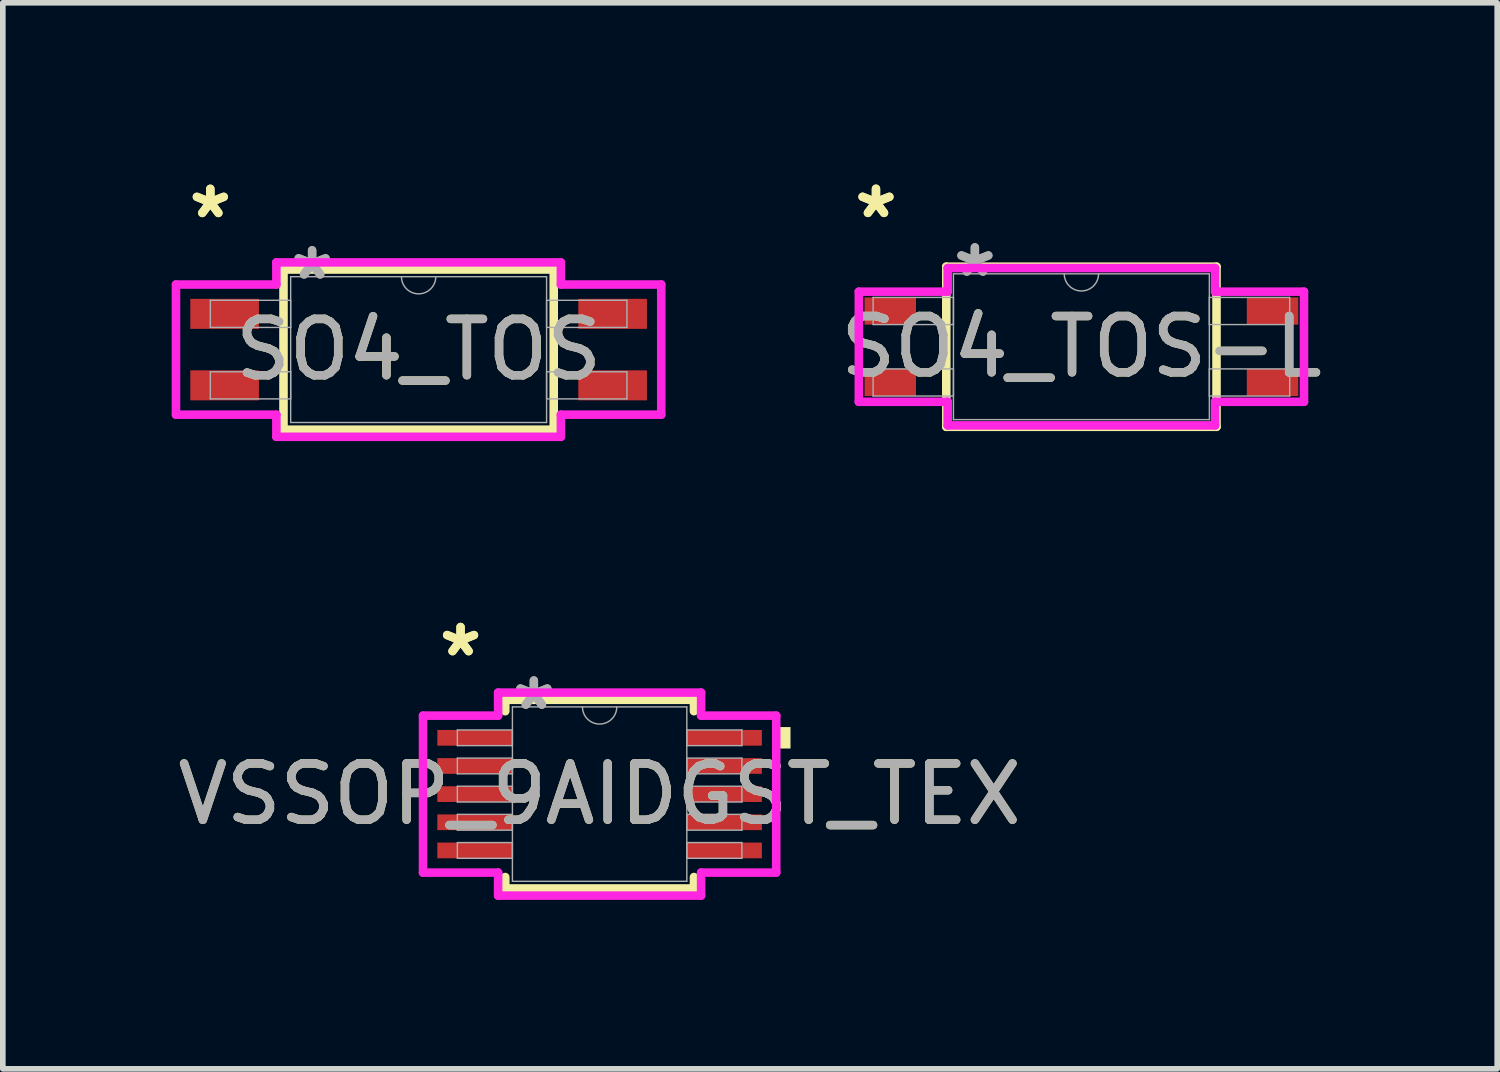
<source format=kicad_pcb>
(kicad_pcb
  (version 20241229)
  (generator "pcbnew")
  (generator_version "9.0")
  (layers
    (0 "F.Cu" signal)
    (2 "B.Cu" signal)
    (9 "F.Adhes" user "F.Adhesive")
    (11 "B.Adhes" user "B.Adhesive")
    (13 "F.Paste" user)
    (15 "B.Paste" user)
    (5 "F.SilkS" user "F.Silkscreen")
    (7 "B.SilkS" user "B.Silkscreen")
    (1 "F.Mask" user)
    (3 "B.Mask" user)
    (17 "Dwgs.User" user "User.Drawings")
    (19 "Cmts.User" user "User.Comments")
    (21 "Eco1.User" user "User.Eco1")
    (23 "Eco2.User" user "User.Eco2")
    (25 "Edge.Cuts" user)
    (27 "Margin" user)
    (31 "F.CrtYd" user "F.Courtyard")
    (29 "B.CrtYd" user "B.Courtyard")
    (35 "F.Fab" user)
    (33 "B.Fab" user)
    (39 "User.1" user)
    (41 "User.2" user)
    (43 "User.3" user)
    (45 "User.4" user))
  (footprint "VSSOP_9AIDGST_TEX"
    (layer "F.Cu")
    (at 7.601 11.056)
    (property "Reference" "VSSOP_9AIDGST_TEX" (at 0 0 0) (unlocked yes) (layer "F.SilkS") (effects (font (size 1 1) (thickness 0.15))))
    (attr smd)
    (fp_line (start -1.676 -1.676) (end -1.676 -1.473) (stroke (width 0.152) (type solid)) (layer "F.SilkS"))
    (fp_line (start -1.676 1.473) (end -1.676 1.676) (stroke (width 0.152) (type solid)) (layer "F.SilkS"))
    (fp_line (start -1.676 1.676) (end 1.676 1.676) (stroke (width 0.152) (type solid)) (layer "F.SilkS"))
    (fp_line (start 1.676 -1.676) (end -1.676 -1.676) (stroke (width 0.152) (type solid)) (layer "F.SilkS"))
    (fp_line (start 1.676 -1.473) (end 1.676 -1.676) (stroke (width 0.152) (type solid)) (layer "F.SilkS"))
    (fp_line (start 1.676 1.676) (end 1.676 1.473) (stroke (width 0.152) (type solid)) (layer "F.SilkS"))
    (fp_poly (pts (xy 3.391 -1.191) (xy 3.391 -0.81) (xy 3.137 -0.81) (xy 3.137 -1.191)) (stroke (width 0) (type solid)) (fill yes) (layer "F.SilkS"))
    (fp_line (start -3.137 -1.394) (end -1.803 -1.394) (stroke (width 0.152) (type solid)) (layer "F.CrtYd"))
    (fp_line (start -3.137 1.394) (end -3.137 -1.394) (stroke (width 0.152) (type solid)) (layer "F.CrtYd"))
    (fp_line (start -3.137 1.394) (end -1.803 1.394) (stroke (width 0.152) (type solid)) (layer "F.CrtYd"))
    (fp_line (start -1.803 -1.803) (end 1.803 -1.803) (stroke (width 0.152) (type solid)) (layer "F.CrtYd"))
    (fp_line (start -1.803 -1.394) (end -1.803 -1.803) (stroke (width 0.152) (type solid)) (layer "F.CrtYd"))
    (fp_line (start -1.803 1.803) (end -1.803 1.394) (stroke (width 0.152) (type solid)) (layer "F.CrtYd"))
    (fp_line (start 1.803 -1.803) (end 1.803 -1.394) (stroke (width 0.152) (type solid)) (layer "F.CrtYd"))
    (fp_line (start 1.803 1.394) (end 1.803 1.803) (stroke (width 0.152) (type solid)) (layer "F.CrtYd"))
    (fp_line (start 1.803 1.803) (end -1.803 1.803) (stroke (width 0.152) (type solid)) (layer "F.CrtYd"))
    (fp_line (start 3.137 -1.394) (end 1.803 -1.394) (stroke (width 0.152) (type solid)) (layer "F.CrtYd"))
    (fp_line (start 3.137 -1.394) (end 3.137 1.394) (stroke (width 0.152) (type solid)) (layer "F.CrtYd"))
    (fp_line (start 3.137 1.394) (end 1.803 1.394) (stroke (width 0.152) (type solid)) (layer "F.CrtYd"))
    (fp_line (start -2.527 -1.14) (end -2.527 -0.861) (stroke (width 0.025) (type solid)) (layer "F.Fab"))
    (fp_line (start -2.527 -0.861) (end -1.549 -0.861) (stroke (width 0.025) (type solid)) (layer "F.Fab"))
    (fp_line (start -2.527 -0.64) (end -2.527 -0.36) (stroke (width 0.025) (type solid)) (layer "F.Fab"))
    (fp_line (start -2.527 -0.36) (end -1.549 -0.36) (stroke (width 0.025) (type solid)) (layer "F.Fab"))
    (fp_line (start -2.527 -0.14) (end -2.527 0.14) (stroke (width 0.025) (type solid)) (layer "F.Fab"))
    (fp_line (start -2.527 0.14) (end -1.549 0.14) (stroke (width 0.025) (type solid)) (layer "F.Fab"))
    (fp_line (start -2.527 0.36) (end -2.527 0.64) (stroke (width 0.025) (type solid)) (layer "F.Fab"))
    (fp_line (start -2.527 0.64) (end -1.549 0.64) (stroke (width 0.025) (type solid)) (layer "F.Fab"))
    (fp_line (start -2.527 0.861) (end -2.527 1.14) (stroke (width 0.025) (type solid)) (layer "F.Fab"))
    (fp_line (start -2.527 1.14) (end -1.549 1.14) (stroke (width 0.025) (type solid)) (layer "F.Fab"))
    (fp_line (start -1.549 -1.549) (end -1.549 1.549) (stroke (width 0.025) (type solid)) (layer "F.Fab"))
    (fp_line (start -1.549 -1.14) (end -2.527 -1.14) (stroke (width 0.025) (type solid)) (layer "F.Fab"))
    (fp_line (start -1.549 -0.861) (end -1.549 -1.14) (stroke (width 0.025) (type solid)) (layer "F.Fab"))
    (fp_line (start -1.549 -0.64) (end -2.527 -0.64) (stroke (width 0.025) (type solid)) (layer "F.Fab"))
    (fp_line (start -1.549 -0.36) (end -1.549 -0.64) (stroke (width 0.025) (type solid)) (layer "F.Fab"))
    (fp_line (start -1.549 -0.14) (end -2.527 -0.14) (stroke (width 0.025) (type solid)) (layer "F.Fab"))
    (fp_line (start -1.549 0.14) (end -1.549 -0.14) (stroke (width 0.025) (type solid)) (layer "F.Fab"))
    (fp_line (start -1.549 0.36) (end -2.527 0.36) (stroke (width 0.025) (type solid)) (layer "F.Fab"))
    (fp_line (start -1.549 0.64) (end -1.549 0.36) (stroke (width 0.025) (type solid)) (layer "F.Fab"))
    (fp_line (start -1.549 0.861) (end -2.527 0.861) (stroke (width 0.025) (type solid)) (layer "F.Fab"))
    (fp_line (start -1.549 1.14) (end -1.549 0.861) (stroke (width 0.025) (type solid)) (layer "F.Fab"))
    (fp_line (start -1.549 1.549) (end 1.549 1.549) (stroke (width 0.025) (type solid)) (layer "F.Fab"))
    (fp_line (start 1.549 -1.549) (end -1.549 -1.549) (stroke (width 0.025) (type solid)) (layer "F.Fab"))
    (fp_line (start 1.549 -1.14) (end 1.549 -0.861) (stroke (width 0.025) (type solid)) (layer "F.Fab"))
    (fp_line (start 1.549 -0.861) (end 2.527 -0.861) (stroke (width 0.025) (type solid)) (layer "F.Fab"))
    (fp_line (start 1.549 -0.64) (end 1.549 -0.36) (stroke (width 0.025) (type solid)) (layer "F.Fab"))
    (fp_line (start 1.549 -0.36) (end 2.527 -0.36) (stroke (width 0.025) (type solid)) (layer "F.Fab"))
    (fp_line (start 1.549 -0.14) (end 1.549 0.14) (stroke (width 0.025) (type solid)) (layer "F.Fab"))
    (fp_line (start 1.549 0.14) (end 2.527 0.14) (stroke (width 0.025) (type solid)) (layer "F.Fab"))
    (fp_line (start 1.549 0.36) (end 1.549 0.64) (stroke (width 0.025) (type solid)) (layer "F.Fab"))
    (fp_line (start 1.549 0.64) (end 2.527 0.64) (stroke (width 0.025) (type solid)) (layer "F.Fab"))
    (fp_line (start 1.549 0.861) (end 1.549 1.14) (stroke (width 0.025) (type solid)) (layer "F.Fab"))
    (fp_line (start 1.549 1.14) (end 2.527 1.14) (stroke (width 0.025) (type solid)) (layer "F.Fab"))
    (fp_line (start 1.549 1.549) (end 1.549 -1.549) (stroke (width 0.025) (type solid)) (layer "F.Fab"))
    (fp_line (start 2.527 -1.14) (end 1.549 -1.14) (stroke (width 0.025) (type solid)) (layer "F.Fab"))
    (fp_line (start 2.527 -0.861) (end 2.527 -1.14) (stroke (width 0.025) (type solid)) (layer "F.Fab"))
    (fp_line (start 2.527 -0.64) (end 1.549 -0.64) (stroke (width 0.025) (type solid)) (layer "F.Fab"))
    (fp_line (start 2.527 -0.36) (end 2.527 -0.64) (stroke (width 0.025) (type solid)) (layer "F.Fab"))
    (fp_line (start 2.527 -0.14) (end 1.549 -0.14) (stroke (width 0.025) (type solid)) (layer "F.Fab"))
    (fp_line (start 2.527 0.14) (end 2.527 -0.14) (stroke (width 0.025) (type solid)) (layer "F.Fab"))
    (fp_line (start 2.527 0.36) (end 1.549 0.36) (stroke (width 0.025) (type solid)) (layer "F.Fab"))
    (fp_line (start 2.527 0.64) (end 2.527 0.36) (stroke (width 0.025) (type solid)) (layer "F.Fab"))
    (fp_line (start 2.527 0.861) (end 1.549 0.861) (stroke (width 0.025) (type solid)) (layer "F.Fab"))
    (fp_line (start 2.527 1.14) (end 2.527 0.861) (stroke (width 0.025) (type solid)) (layer "F.Fab"))
    (fp_arc (start 0.3048 -1.5494) (mid 0 -1.2446) (end -0.3048 -1.5494) (stroke (width 0.0254) (type solid)) (layer "F.Fab"))
    (fp_text user "*" (at -2.47 -2.423 0) (unlocked yes) (layer "F.SilkS") (effects (font (size 1 1) (thickness 0.15))))
    (fp_text user "*" (at -2.47 -2.423 0) (layer "F.SilkS") (effects (font (size 1 1) (thickness 0.15))))
    (fp_text user "${REFERENCE}" (at 0 0 0) (unlocked yes) (layer "F.Fab") (effects (font (size 1 1) (thickness 0.15))))
    (fp_text user "*" (at -1.168 -1.473 0) (unlocked yes) (layer "F.Fab") (effects (font (size 1 1) (thickness 0.15))))
    (fp_text user "*" (at -1.168 -1.473 0) (layer "F.Fab") (effects (font (size 1 1) (thickness 0.15))))
    (pad "1" smd rect (at -2.216 -1) (size 1.333 0.279) (layers "F.Cu" "F.Mask" "F.Paste"))
    (pad "2" smd rect (at -2.216 -0.5) (size 1.333 0.279) (layers "F.Cu" "F.Mask" "F.Paste"))
    (pad "3" smd rect (at -2.216 0) (size 1.333 0.279) (layers "F.Cu" "F.Mask" "F.Paste"))
    (pad "4" smd rect (at -2.216 0.5) (size 1.333 0.279) (layers "F.Cu" "F.Mask" "F.Paste"))
    (pad "5" smd rect (at -2.216 1) (size 1.333 0.279) (layers "F.Cu" "F.Mask" "F.Paste"))
    (pad "6" smd rect (at 2.216 1) (size 1.333 0.279) (layers "F.Cu" "F.Mask" "F.Paste"))
    (pad "7" smd rect (at 2.216 0.5) (size 1.333 0.279) (layers "F.Cu" "F.Mask" "F.Paste"))
    (pad "8" smd rect (at 2.216 0) (size 1.333 0.279) (layers "F.Cu" "F.Mask" "F.Paste"))
    (pad "9" smd rect (at 2.216 -0.5) (size 1.333 0.279) (layers "F.Cu" "F.Mask" "F.Paste"))
    (pad "10" smd rect (at 2.216 -1) (size 1.333 0.279) (layers "F.Cu" "F.Mask" "F.Paste")))
  (footprint "SO4_TOS-L"
    (layer "F.Cu")
    (at 16.159 3.109)
    (property "Reference" "SO4_TOS-L" (at 0 0 0) (unlocked yes) (layer "F.SilkS") (effects (font (size 1 1) (thickness 0.15))))
    (attr smd)
    (fp_line (start -2.4 -1.422) (end -2.4 1.422) (stroke (width 0.152) (type solid)) (layer "F.SilkS"))
    (fp_line (start -2.4 1.422) (end 2.4 1.422) (stroke (width 0.152) (type solid)) (layer "F.SilkS"))
    (fp_line (start 2.4 -1.422) (end -2.4 -1.422) (stroke (width 0.152) (type solid)) (layer "F.SilkS"))
    (fp_line (start 2.4 1.422) (end 2.4 -1.422) (stroke (width 0.152) (type solid)) (layer "F.SilkS"))
    (fp_line (start -3.954 -0.978) (end -2.375 -0.978) (stroke (width 0.152) (type solid)) (layer "F.CrtYd"))
    (fp_line (start -3.954 0.978) (end -3.954 -0.978) (stroke (width 0.152) (type solid)) (layer "F.CrtYd"))
    (fp_line (start -3.954 0.978) (end -2.375 0.978) (stroke (width 0.152) (type solid)) (layer "F.CrtYd"))
    (fp_line (start -2.375 -1.397) (end 2.375 -1.397) (stroke (width 0.152) (type solid)) (layer "F.CrtYd"))
    (fp_line (start -2.375 -0.978) (end -2.375 -1.397) (stroke (width 0.152) (type solid)) (layer "F.CrtYd"))
    (fp_line (start -2.375 1.397) (end -2.375 0.978) (stroke (width 0.152) (type solid)) (layer "F.CrtYd"))
    (fp_line (start 2.375 -1.397) (end 2.375 -0.978) (stroke (width 0.152) (type solid)) (layer "F.CrtYd"))
    (fp_line (start 2.375 0.978) (end 2.375 1.397) (stroke (width 0.152) (type solid)) (layer "F.CrtYd"))
    (fp_line (start 2.375 1.397) (end -2.375 1.397) (stroke (width 0.152) (type solid)) (layer "F.CrtYd"))
    (fp_line (start 3.954 -0.978) (end 2.375 -0.978) (stroke (width 0.152) (type solid)) (layer "F.CrtYd"))
    (fp_line (start 3.954 -0.978) (end 3.954 0.978) (stroke (width 0.152) (type solid)) (layer "F.CrtYd"))
    (fp_line (start 3.954 0.978) (end 2.375 0.978) (stroke (width 0.152) (type solid)) (layer "F.CrtYd"))
    (fp_line (start -3.7 -0.876) (end -3.7 -0.394) (stroke (width 0.025) (type solid)) (layer "F.Fab"))
    (fp_line (start -3.7 -0.394) (end -2.273 -0.394) (stroke (width 0.025) (type solid)) (layer "F.Fab"))
    (fp_line (start -3.7 0.394) (end -3.7 0.876) (stroke (width 0.025) (type solid)) (layer "F.Fab"))
    (fp_line (start -3.7 0.876) (end -2.273 0.876) (stroke (width 0.025) (type solid)) (layer "F.Fab"))
    (fp_line (start -2.273 -1.295) (end -2.273 1.295) (stroke (width 0.025) (type solid)) (layer "F.Fab"))
    (fp_line (start -2.273 -0.876) (end -3.7 -0.876) (stroke (width 0.025) (type solid)) (layer "F.Fab"))
    (fp_line (start -2.273 -0.394) (end -2.273 -0.876) (stroke (width 0.025) (type solid)) (layer "F.Fab"))
    (fp_line (start -2.273 0.394) (end -3.7 0.394) (stroke (width 0.025) (type solid)) (layer "F.Fab"))
    (fp_line (start -2.273 0.876) (end -2.273 0.394) (stroke (width 0.025) (type solid)) (layer "F.Fab"))
    (fp_line (start -2.273 1.295) (end 2.273 1.295) (stroke (width 0.025) (type solid)) (layer "F.Fab"))
    (fp_line (start 2.273 -1.295) (end -2.273 -1.295) (stroke (width 0.025) (type solid)) (layer "F.Fab"))
    (fp_line (start 2.273 -0.876) (end 2.273 -0.394) (stroke (width 0.025) (type solid)) (layer "F.Fab"))
    (fp_line (start 2.273 -0.394) (end 3.7 -0.394) (stroke (width 0.025) (type solid)) (layer "F.Fab"))
    (fp_line (start 2.273 0.394) (end 2.273 0.876) (stroke (width 0.025) (type solid)) (layer "F.Fab"))
    (fp_line (start 2.273 0.876) (end 3.7 0.876) (stroke (width 0.025) (type solid)) (layer "F.Fab"))
    (fp_line (start 2.273 1.295) (end 2.273 -1.295) (stroke (width 0.025) (type solid)) (layer "F.Fab"))
    (fp_line (start 3.7 -0.876) (end 2.273 -0.876) (stroke (width 0.025) (type solid)) (layer "F.Fab"))
    (fp_line (start 3.7 -0.394) (end 3.7 -0.876) (stroke (width 0.025) (type solid)) (layer "F.Fab"))
    (fp_line (start 3.7 0.394) (end 2.273 0.394) (stroke (width 0.025) (type solid)) (layer "F.Fab"))
    (fp_line (start 3.7 0.876) (end 3.7 0.394) (stroke (width 0.025) (type solid)) (layer "F.Fab"))
    (fp_arc (start 0.3048 -1.2954) (mid 0 -0.9906) (end -0.3048 -1.2954) (stroke (width 0.0254) (type solid)) (layer "F.Fab"))
    (fp_text user "*" (at -3.649 -2.261 0) (layer "F.SilkS") (effects (font (size 1 1) (thickness 0.15))))
    (fp_text user "*" (at -3.649 -2.261 0) (unlocked yes) (layer "F.SilkS") (effects (font (size 1 1) (thickness 0.15))))
    (fp_text user "*" (at -1.892 -1.219 0) (unlocked yes) (layer "F.Fab") (effects (font (size 1 1) (thickness 0.15))))
    (fp_text user "*" (at -1.892 -1.219 0) (layer "F.Fab") (effects (font (size 1 1) (thickness 0.15))))
    (fp_text user "${REFERENCE}" (at 0 0 0) (unlocked yes) (layer "F.Fab") (effects (font (size 1 1) (thickness 0.15))))
    (pad "1" smd rect (at -3.395 -0.635) (size 0.914 0.483) (layers "F.Cu" "F.Mask" "F.Paste"))
    (pad "2" smd rect (at -3.395 0.635) (size 0.914 0.483) (layers "F.Cu" "F.Mask" "F.Paste"))
    (pad "3" smd rect (at 3.395 0.635) (size 0.914 0.483) (layers "F.Cu" "F.Mask" "F.Paste"))
    (pad "4" smd rect (at 3.395 -0.635) (size 0.914 0.483) (layers "F.Cu" "F.Mask" "F.Paste")))
  (footprint "SO4_TOS"
    (layer "F.Cu")
    (at 4.386 3.16)
    (property "Reference" "SO4_TOS" (at 0 0 0) (unlocked yes) (layer "F.SilkS") (effects (font (size 1 1) (thickness 0.15))))
    (attr smd)
    (fp_line (start -2.4 -1.422) (end -2.4 1.422) (stroke (width 0.152) (type solid)) (layer "F.SilkS"))
    (fp_line (start -2.4 1.422) (end 2.4 1.422) (stroke (width 0.152) (type solid)) (layer "F.SilkS"))
    (fp_line (start 2.4 -1.422) (end -2.4 -1.422) (stroke (width 0.152) (type solid)) (layer "F.SilkS"))
    (fp_line (start 2.4 1.422) (end 2.4 -1.422) (stroke (width 0.152) (type solid)) (layer "F.SilkS"))
    (fp_line (start -4.31 -1.156) (end -2.527 -1.156) (stroke (width 0.152) (type solid)) (layer "F.CrtYd"))
    (fp_line (start -4.31 1.156) (end -4.31 -1.156) (stroke (width 0.152) (type solid)) (layer "F.CrtYd"))
    (fp_line (start -4.31 1.156) (end -2.527 1.156) (stroke (width 0.152) (type solid)) (layer "F.CrtYd"))
    (fp_line (start -2.527 -1.549) (end 2.527 -1.549) (stroke (width 0.152) (type solid)) (layer "F.CrtYd"))
    (fp_line (start -2.527 -1.156) (end -2.527 -1.549) (stroke (width 0.152) (type solid)) (layer "F.CrtYd"))
    (fp_line (start -2.527 1.549) (end -2.527 1.156) (stroke (width 0.152) (type solid)) (layer "F.CrtYd"))
    (fp_line (start 2.527 -1.549) (end 2.527 -1.156) (stroke (width 0.152) (type solid)) (layer "F.CrtYd"))
    (fp_line (start 2.527 1.156) (end 2.527 1.549) (stroke (width 0.152) (type solid)) (layer "F.CrtYd"))
    (fp_line (start 2.527 1.549) (end -2.527 1.549) (stroke (width 0.152) (type solid)) (layer "F.CrtYd"))
    (fp_line (start 4.31 -1.156) (end 2.527 -1.156) (stroke (width 0.152) (type solid)) (layer "F.CrtYd"))
    (fp_line (start 4.31 -1.156) (end 4.31 1.156) (stroke (width 0.152) (type solid)) (layer "F.CrtYd"))
    (fp_line (start 4.31 1.156) (end 2.527 1.156) (stroke (width 0.152) (type solid)) (layer "F.CrtYd"))
    (fp_line (start -3.7 -0.876) (end -3.7 -0.394) (stroke (width 0.025) (type solid)) (layer "F.Fab"))
    (fp_line (start -3.7 -0.394) (end -2.273 -0.394) (stroke (width 0.025) (type solid)) (layer "F.Fab"))
    (fp_line (start -3.7 0.394) (end -3.7 0.876) (stroke (width 0.025) (type solid)) (layer "F.Fab"))
    (fp_line (start -3.7 0.876) (end -2.273 0.876) (stroke (width 0.025) (type solid)) (layer "F.Fab"))
    (fp_line (start -2.273 -1.295) (end -2.273 1.295) (stroke (width 0.025) (type solid)) (layer "F.Fab"))
    (fp_line (start -2.273 -0.876) (end -3.7 -0.876) (stroke (width 0.025) (type solid)) (layer "F.Fab"))
    (fp_line (start -2.273 -0.394) (end -2.273 -0.876) (stroke (width 0.025) (type solid)) (layer "F.Fab"))
    (fp_line (start -2.273 0.394) (end -3.7 0.394) (stroke (width 0.025) (type solid)) (layer "F.Fab"))
    (fp_line (start -2.273 0.876) (end -2.273 0.394) (stroke (width 0.025) (type solid)) (layer "F.Fab"))
    (fp_line (start -2.273 1.295) (end 2.273 1.295) (stroke (width 0.025) (type solid)) (layer "F.Fab"))
    (fp_line (start 2.273 -1.295) (end -2.273 -1.295) (stroke (width 0.025) (type solid)) (layer "F.Fab"))
    (fp_line (start 2.273 -0.876) (end 2.273 -0.394) (stroke (width 0.025) (type solid)) (layer "F.Fab"))
    (fp_line (start 2.273 -0.394) (end 3.7 -0.394) (stroke (width 0.025) (type solid)) (layer "F.Fab"))
    (fp_line (start 2.273 0.394) (end 2.273 0.876) (stroke (width 0.025) (type solid)) (layer "F.Fab"))
    (fp_line (start 2.273 0.876) (end 3.7 0.876) (stroke (width 0.025) (type solid)) (layer "F.Fab"))
    (fp_line (start 2.273 1.295) (end 2.273 -1.295) (stroke (width 0.025) (type solid)) (layer "F.Fab"))
    (fp_line (start 3.7 -0.876) (end 2.273 -0.876) (stroke (width 0.025) (type solid)) (layer "F.Fab"))
    (fp_line (start 3.7 -0.394) (end 3.7 -0.876) (stroke (width 0.025) (type solid)) (layer "F.Fab"))
    (fp_line (start 3.7 0.394) (end 2.273 0.394) (stroke (width 0.025) (type solid)) (layer "F.Fab"))
    (fp_line (start 3.7 0.876) (end 3.7 0.394) (stroke (width 0.025) (type solid)) (layer "F.Fab"))
    (fp_arc (start 0.3048 -1.2954) (mid 0 -0.9906) (end -0.3048 -1.2954) (stroke (width 0.0254) (type solid)) (layer "F.Fab"))
    (fp_text user "*" (at -3.7 -2.311 0) (layer "F.SilkS") (effects (font (size 1 1) (thickness 0.15))))
    (fp_text user "*" (at -3.7 -2.311 0) (unlocked yes) (layer "F.SilkS") (effects (font (size 1 1) (thickness 0.15))))
    (fp_text user "${REFERENCE}" (at 0 0 0) (unlocked yes) (layer "F.Fab") (effects (font (size 1 1) (thickness 0.15))))
    (fp_text user "*" (at -1.892 -1.219 0) (unlocked yes) (layer "F.Fab") (effects (font (size 1 1) (thickness 0.15))))
    (fp_text user "*" (at -1.892 -1.219 0) (layer "F.Fab") (effects (font (size 1 1) (thickness 0.15))))
    (pad "1" smd rect (at -3.446 -0.635) (size 1.219 0.533) (layers "F.Cu" "F.Mask" "F.Paste"))
    (pad "2" smd rect (at -3.446 0.635) (size 1.219 0.533) (layers "F.Cu" "F.Mask" "F.Paste"))
    (pad "3" smd rect (at 3.446 0.635) (size 1.219 0.533) (layers "F.Cu" "F.Mask" "F.Paste"))
    (pad "4" smd rect (at 3.446 -0.635) (size 1.219 0.533) (layers "F.Cu" "F.Mask" "F.Paste")))
  (gr_rect
    (start -3 -3)
    (end 23.545 15.936)
    (stroke (width 0.1) (type default))
    (fill no)
    (layer "Edge.Cuts")))
</source>
